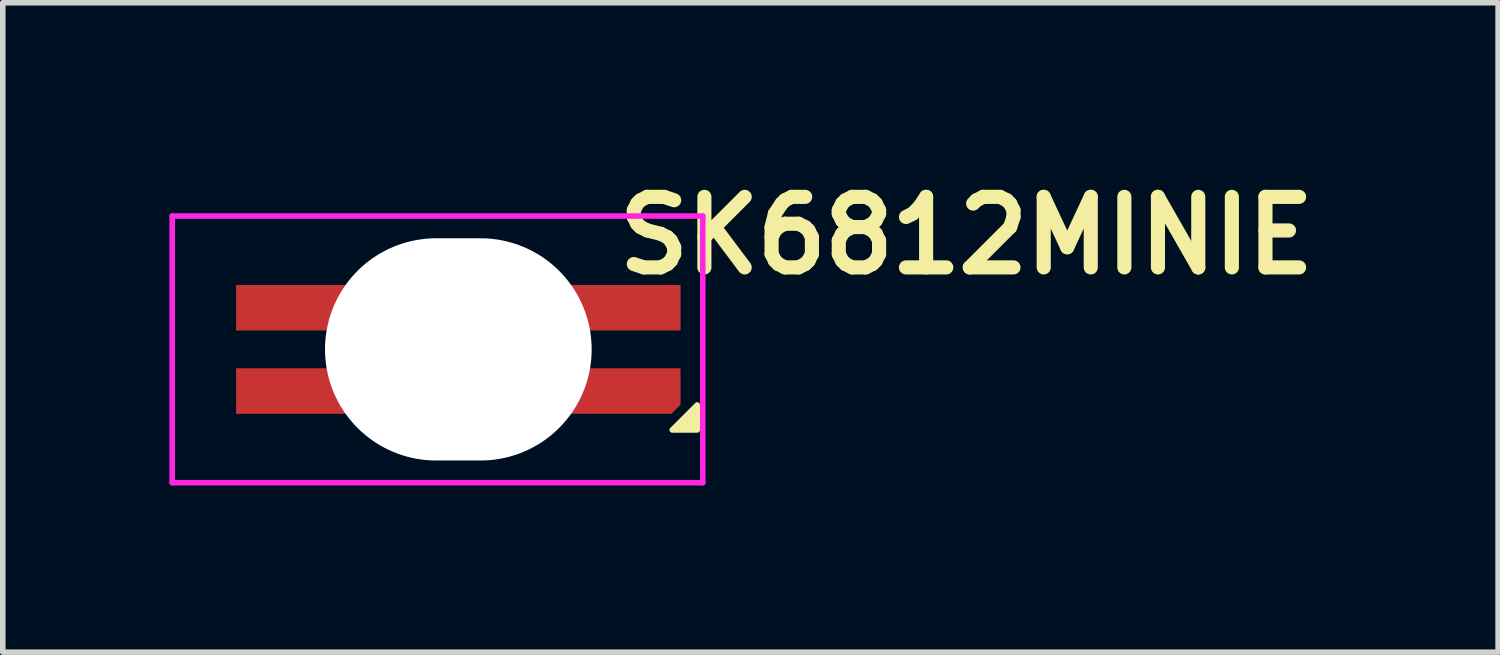
<source format=kicad_pcb>
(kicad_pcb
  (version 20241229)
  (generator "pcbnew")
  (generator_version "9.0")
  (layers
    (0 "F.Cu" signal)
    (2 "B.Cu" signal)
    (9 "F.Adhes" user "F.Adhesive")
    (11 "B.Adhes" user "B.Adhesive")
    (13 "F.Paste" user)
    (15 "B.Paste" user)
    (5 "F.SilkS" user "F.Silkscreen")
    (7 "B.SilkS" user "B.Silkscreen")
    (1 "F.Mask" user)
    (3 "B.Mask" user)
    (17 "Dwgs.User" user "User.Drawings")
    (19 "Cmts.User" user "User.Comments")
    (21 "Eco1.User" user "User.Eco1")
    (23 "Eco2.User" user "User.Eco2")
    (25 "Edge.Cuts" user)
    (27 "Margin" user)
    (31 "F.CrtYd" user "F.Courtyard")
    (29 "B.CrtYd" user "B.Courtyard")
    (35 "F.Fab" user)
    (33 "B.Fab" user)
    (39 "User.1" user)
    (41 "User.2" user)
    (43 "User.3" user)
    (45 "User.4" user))
  (footprint "SK6812MINIE"
    (layer "F.Cu")
    (at 5.2 3.239)
    (property "Reference" "SK6812MINIE" (at 2.75 -2.05 0) (layer "F.SilkS") (effects (font (size 1.27 1.27) (thickness 0.254)) (justify left)))
    (attr smd)
    (fp_poly (pts (xy 4.3 1.45) (xy 4.3 1) (xy 3.85 1.45)) (stroke (width 0.1) (type solid)) (fill yes) (layer "F.SilkS"))
    (fp_line (start -5.15 -2.4) (end 4.4 -2.4) (stroke (width 0.1) (type solid)) (layer "F.CrtYd"))
    (fp_line (start -5.15 2.4) (end -5.15 -2.4) (stroke (width 0.1) (type solid)) (layer "F.CrtYd"))
    (fp_line (start 4.4 -2.4) (end 4.4 2.4) (stroke (width 0.1) (type solid)) (layer "F.CrtYd"))
    (fp_line (start 4.4 2.4) (end -5.15 2.4) (stroke (width 0.1) (type solid)) (layer "F.CrtYd"))
    (fp_line (start -1.6 -1.4) (end -1.6 1.4) (stroke (width 0.2) (type solid)) (layer "B.Fab"))
    (fp_line (start -1.6 1.4) (end 1.6 1.4) (stroke (width 0.2) (type solid)) (layer "B.Fab"))
    (fp_line (start 1.6 -1.4) (end -1.6 -1.4) (stroke (width 0.2) (type solid)) (layer "B.Fab"))
    (fp_line (start 1.6 1.4) (end 1.6 -1.4) (stroke (width 0.2) (type solid)) (layer "B.Fab"))
    (pad "" np_thru_hole oval (at 0 0 90) (size 4 4.8) (drill oval 4 4.8) (layers "*.Cu" "*.Mask"))
    (pad "1" smd rect (at -3 -0.75 90) (size 0.82 2) (layers "F.Cu" "F.Mask" "F.Paste"))
    (pad "2" smd rect (at -3 0.75 90) (size 0.82 2) (layers "F.Cu" "F.Mask" "F.Paste"))
    (pad "3" smd roundrect (at 3 0.75 90) (size 0.82 2) (layers "F.Cu" "F.Mask" "F.Paste") (roundrect_rratio 0) (chamfer_ratio 0.2) (chamfer bottom_left))
    (pad "4" smd rect (at 3 -0.75 90) (size 0.82 2) (layers "F.Cu" "F.Mask" "F.Paste")))
  (gr_rect
    (start -3 -3)
    (end 23.916 8.689)
    (stroke (width 0.1) (type default))
    (fill no)
    (layer "Edge.Cuts")))
</source>
